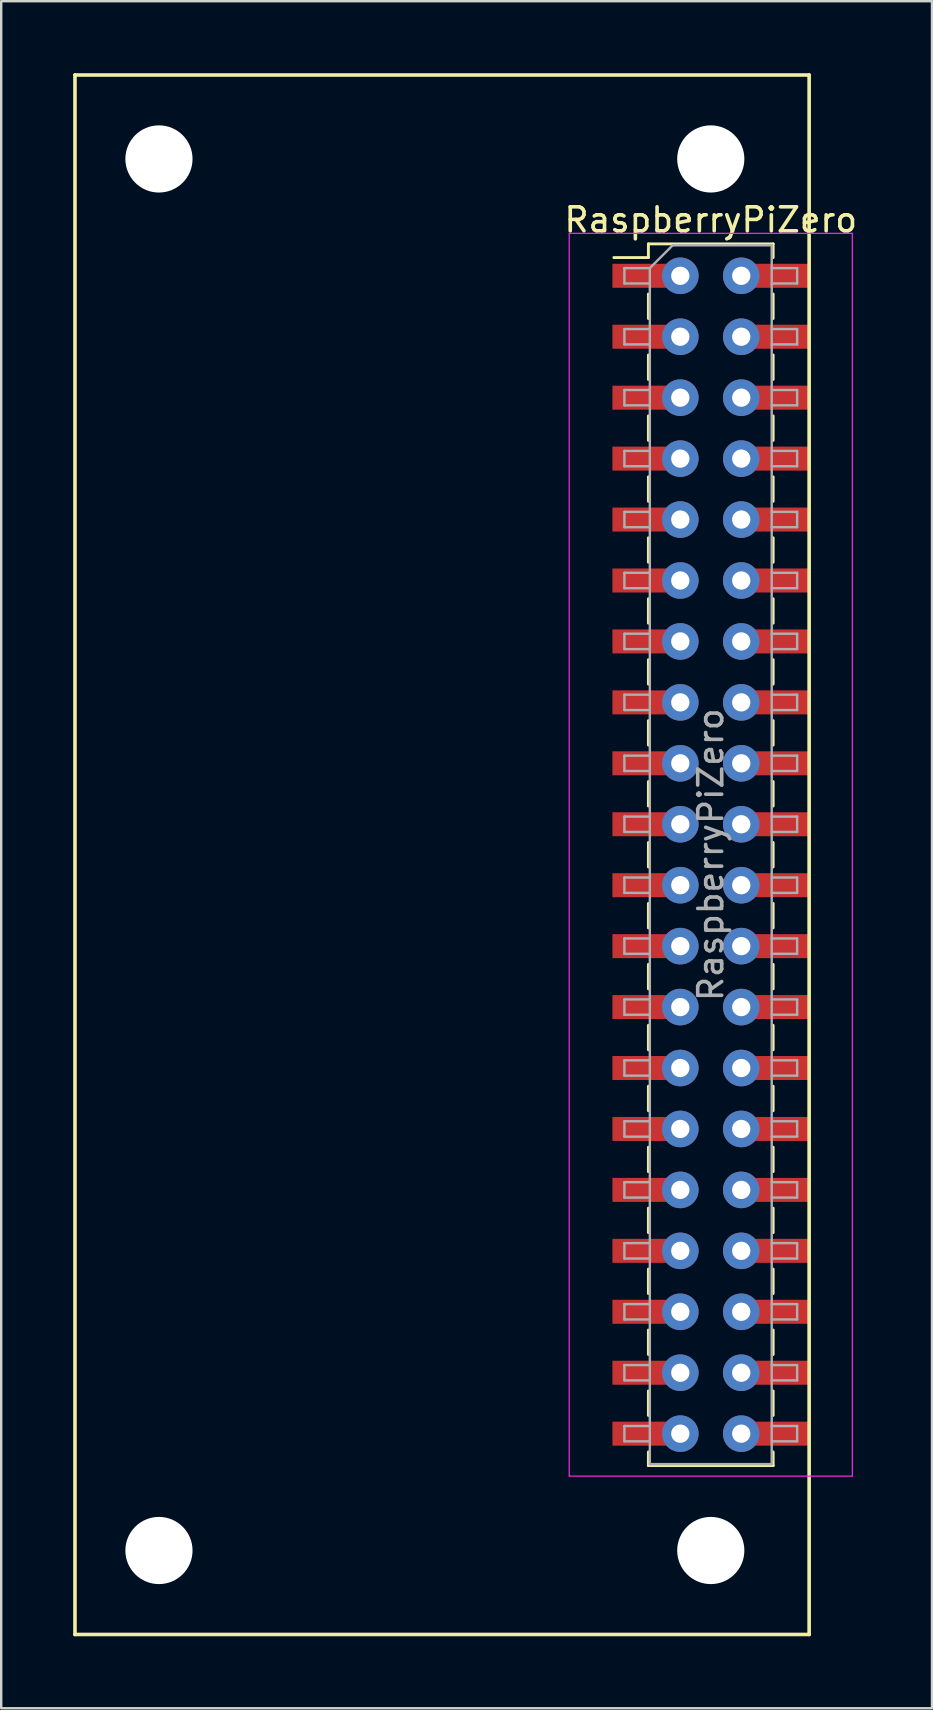
<source format=kicad_pcb>
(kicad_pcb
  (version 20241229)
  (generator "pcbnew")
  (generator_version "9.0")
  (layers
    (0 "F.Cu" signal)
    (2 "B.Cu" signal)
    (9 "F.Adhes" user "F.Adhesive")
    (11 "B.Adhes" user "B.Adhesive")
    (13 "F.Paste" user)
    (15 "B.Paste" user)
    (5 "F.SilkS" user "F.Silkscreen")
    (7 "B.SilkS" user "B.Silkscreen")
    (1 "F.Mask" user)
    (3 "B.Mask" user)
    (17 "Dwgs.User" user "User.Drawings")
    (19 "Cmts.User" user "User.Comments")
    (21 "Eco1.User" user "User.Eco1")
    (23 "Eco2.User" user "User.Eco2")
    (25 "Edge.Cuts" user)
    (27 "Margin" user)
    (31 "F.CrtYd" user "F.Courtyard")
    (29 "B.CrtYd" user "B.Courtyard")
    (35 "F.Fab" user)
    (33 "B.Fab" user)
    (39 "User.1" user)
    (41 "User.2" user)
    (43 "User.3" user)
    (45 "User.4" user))
  (footprint "RaspberryPiZero"
    (layer "F.Cu")
    (at 26.575 32.575)
    (property "Reference" "RaspberryPiZero" (at 0 -26.46 0) (layer "F.SilkS") (effects (font (size 1 1) (thickness 0.15))))
    (attr smd)
    (fp_line (start -26.5 -32.5) (end 4.1 -32.5) (stroke (width 0.15) (type solid)) (layer "F.SilkS"))
    (fp_line (start -26.5 32.5) (end -26.5 -32.5) (stroke (width 0.15) (type solid)) (layer "F.SilkS"))
    (fp_line (start -4.04 -24.89) (end -2.6 -24.89) (stroke (width 0.12) (type solid)) (layer "F.SilkS"))
    (fp_line (start -2.6 -25.46) (end -2.6 -24.89) (stroke (width 0.12) (type solid)) (layer "F.SilkS"))
    (fp_line (start -2.6 -25.46) (end 2.6 -25.46) (stroke (width 0.12) (type solid)) (layer "F.SilkS"))
    (fp_line (start -2.6 -23.37) (end -2.6 -22.35) (stroke (width 0.12) (type solid)) (layer "F.SilkS"))
    (fp_line (start -2.6 -20.83) (end -2.6 -19.81) (stroke (width 0.12) (type solid)) (layer "F.SilkS"))
    (fp_line (start -2.6 -18.29) (end -2.6 -17.27) (stroke (width 0.12) (type solid)) (layer "F.SilkS"))
    (fp_line (start -2.6 -15.75) (end -2.6 -14.73) (stroke (width 0.12) (type solid)) (layer "F.SilkS"))
    (fp_line (start -2.6 -13.21) (end -2.6 -12.19) (stroke (width 0.12) (type solid)) (layer "F.SilkS"))
    (fp_line (start -2.6 -10.67) (end -2.6 -9.65) (stroke (width 0.12) (type solid)) (layer "F.SilkS"))
    (fp_line (start -2.6 -8.13) (end -2.6 -7.11) (stroke (width 0.12) (type solid)) (layer "F.SilkS"))
    (fp_line (start -2.6 -5.59) (end -2.6 -4.57) (stroke (width 0.12) (type solid)) (layer "F.SilkS"))
    (fp_line (start -2.6 -3.05) (end -2.6 -2.03) (stroke (width 0.12) (type solid)) (layer "F.SilkS"))
    (fp_line (start -2.6 -0.51) (end -2.6 0.51) (stroke (width 0.12) (type solid)) (layer "F.SilkS"))
    (fp_line (start -2.6 2.03) (end -2.6 3.05) (stroke (width 0.12) (type solid)) (layer "F.SilkS"))
    (fp_line (start -2.6 4.57) (end -2.6 5.59) (stroke (width 0.12) (type solid)) (layer "F.SilkS"))
    (fp_line (start -2.6 7.11) (end -2.6 8.13) (stroke (width 0.12) (type solid)) (layer "F.SilkS"))
    (fp_line (start -2.6 9.65) (end -2.6 10.67) (stroke (width 0.12) (type solid)) (layer "F.SilkS"))
    (fp_line (start -2.6 12.19) (end -2.6 13.21) (stroke (width 0.12) (type solid)) (layer "F.SilkS"))
    (fp_line (start -2.6 14.73) (end -2.6 15.75) (stroke (width 0.12) (type solid)) (layer "F.SilkS"))
    (fp_line (start -2.6 17.27) (end -2.6 18.29) (stroke (width 0.12) (type solid)) (layer "F.SilkS"))
    (fp_line (start -2.6 19.81) (end -2.6 20.83) (stroke (width 0.12) (type solid)) (layer "F.SilkS"))
    (fp_line (start -2.6 22.35) (end -2.6 23.37) (stroke (width 0.12) (type solid)) (layer "F.SilkS"))
    (fp_line (start -2.6 24.89) (end -2.6 25.46) (stroke (width 0.12) (type solid)) (layer "F.SilkS"))
    (fp_line (start -2.6 25.46) (end 2.6 25.46) (stroke (width 0.12) (type solid)) (layer "F.SilkS"))
    (fp_line (start 2.6 -25.46) (end 2.6 -24.89) (stroke (width 0.12) (type solid)) (layer "F.SilkS"))
    (fp_line (start 2.6 -23.37) (end 2.6 -22.35) (stroke (width 0.12) (type solid)) (layer "F.SilkS"))
    (fp_line (start 2.6 -20.83) (end 2.6 -19.81) (stroke (width 0.12) (type solid)) (layer "F.SilkS"))
    (fp_line (start 2.6 -18.29) (end 2.6 -17.27) (stroke (width 0.12) (type solid)) (layer "F.SilkS"))
    (fp_line (start 2.6 -15.75) (end 2.6 -14.73) (stroke (width 0.12) (type solid)) (layer "F.SilkS"))
    (fp_line (start 2.6 -13.21) (end 2.6 -12.19) (stroke (width 0.12) (type solid)) (layer "F.SilkS"))
    (fp_line (start 2.6 -10.67) (end 2.6 -9.65) (stroke (width 0.12) (type solid)) (layer "F.SilkS"))
    (fp_line (start 2.6 -8.13) (end 2.6 -7.11) (stroke (width 0.12) (type solid)) (layer "F.SilkS"))
    (fp_line (start 2.6 -5.59) (end 2.6 -4.57) (stroke (width 0.12) (type solid)) (layer "F.SilkS"))
    (fp_line (start 2.6 -3.05) (end 2.6 -2.03) (stroke (width 0.12) (type solid)) (layer "F.SilkS"))
    (fp_line (start 2.6 -0.51) (end 2.6 0.51) (stroke (width 0.12) (type solid)) (layer "F.SilkS"))
    (fp_line (start 2.6 2.03) (end 2.6 3.05) (stroke (width 0.12) (type solid)) (layer "F.SilkS"))
    (fp_line (start 2.6 4.57) (end 2.6 5.59) (stroke (width 0.12) (type solid)) (layer "F.SilkS"))
    (fp_line (start 2.6 7.11) (end 2.6 8.13) (stroke (width 0.12) (type solid)) (layer "F.SilkS"))
    (fp_line (start 2.6 9.65) (end 2.6 10.67) (stroke (width 0.12) (type solid)) (layer "F.SilkS"))
    (fp_line (start 2.6 12.19) (end 2.6 13.21) (stroke (width 0.12) (type solid)) (layer "F.SilkS"))
    (fp_line (start 2.6 14.73) (end 2.6 15.75) (stroke (width 0.12) (type solid)) (layer "F.SilkS"))
    (fp_line (start 2.6 17.27) (end 2.6 18.29) (stroke (width 0.12) (type solid)) (layer "F.SilkS"))
    (fp_line (start 2.6 19.81) (end 2.6 20.83) (stroke (width 0.12) (type solid)) (layer "F.SilkS"))
    (fp_line (start 2.6 22.35) (end 2.6 23.37) (stroke (width 0.12) (type solid)) (layer "F.SilkS"))
    (fp_line (start 2.6 24.89) (end 2.6 25.46) (stroke (width 0.12) (type solid)) (layer "F.SilkS"))
    (fp_line (start 4.1 -32.5) (end 4.1 32.5) (stroke (width 0.15) (type solid)) (layer "F.SilkS"))
    (fp_line (start 4.1 32.5) (end -26.5 32.5) (stroke (width 0.15) (type solid)) (layer "F.SilkS"))
    (fp_line (start -5.9 -25.9) (end -5.9 25.9) (stroke (width 0.05) (type solid)) (layer "F.CrtYd"))
    (fp_line (start -5.9 25.9) (end 5.9 25.9) (stroke (width 0.05) (type solid)) (layer "F.CrtYd"))
    (fp_line (start 5.9 -25.9) (end -5.9 -25.9) (stroke (width 0.05) (type solid)) (layer "F.CrtYd"))
    (fp_line (start 5.9 25.9) (end 5.9 -25.9) (stroke (width 0.05) (type solid)) (layer "F.CrtYd"))
    (fp_line (start -3.6 -24.45) (end -3.6 -23.81) (stroke (width 0.1) (type solid)) (layer "F.Fab"))
    (fp_line (start -3.6 -23.81) (end -2.54 -23.81) (stroke (width 0.1) (type solid)) (layer "F.Fab"))
    (fp_line (start -3.6 -21.91) (end -3.6 -21.27) (stroke (width 0.1) (type solid)) (layer "F.Fab"))
    (fp_line (start -3.6 -21.27) (end -2.54 -21.27) (stroke (width 0.1) (type solid)) (layer "F.Fab"))
    (fp_line (start -3.6 -19.37) (end -3.6 -18.73) (stroke (width 0.1) (type solid)) (layer "F.Fab"))
    (fp_line (start -3.6 -18.73) (end -2.54 -18.73) (stroke (width 0.1) (type solid)) (layer "F.Fab"))
    (fp_line (start -3.6 -16.83) (end -3.6 -16.19) (stroke (width 0.1) (type solid)) (layer "F.Fab"))
    (fp_line (start -3.6 -16.19) (end -2.54 -16.19) (stroke (width 0.1) (type solid)) (layer "F.Fab"))
    (fp_line (start -3.6 -14.29) (end -3.6 -13.65) (stroke (width 0.1) (type solid)) (layer "F.Fab"))
    (fp_line (start -3.6 -13.65) (end -2.54 -13.65) (stroke (width 0.1) (type solid)) (layer "F.Fab"))
    (fp_line (start -3.6 -11.75) (end -3.6 -11.11) (stroke (width 0.1) (type solid)) (layer "F.Fab"))
    (fp_line (start -3.6 -11.11) (end -2.54 -11.11) (stroke (width 0.1) (type solid)) (layer "F.Fab"))
    (fp_line (start -3.6 -9.21) (end -3.6 -8.57) (stroke (width 0.1) (type solid)) (layer "F.Fab"))
    (fp_line (start -3.6 -8.57) (end -2.54 -8.57) (stroke (width 0.1) (type solid)) (layer "F.Fab"))
    (fp_line (start -3.6 -6.67) (end -3.6 -6.03) (stroke (width 0.1) (type solid)) (layer "F.Fab"))
    (fp_line (start -3.6 -6.03) (end -2.54 -6.03) (stroke (width 0.1) (type solid)) (layer "F.Fab"))
    (fp_line (start -3.6 -4.13) (end -3.6 -3.49) (stroke (width 0.1) (type solid)) (layer "F.Fab"))
    (fp_line (start -3.6 -3.49) (end -2.54 -3.49) (stroke (width 0.1) (type solid)) (layer "F.Fab"))
    (fp_line (start -3.6 -1.59) (end -3.6 -0.95) (stroke (width 0.1) (type solid)) (layer "F.Fab"))
    (fp_line (start -3.6 -0.95) (end -2.54 -0.95) (stroke (width 0.1) (type solid)) (layer "F.Fab"))
    (fp_line (start -3.6 0.95) (end -3.6 1.59) (stroke (width 0.1) (type solid)) (layer "F.Fab"))
    (fp_line (start -3.6 1.59) (end -2.54 1.59) (stroke (width 0.1) (type solid)) (layer "F.Fab"))
    (fp_line (start -3.6 3.49) (end -3.6 4.13) (stroke (width 0.1) (type solid)) (layer "F.Fab"))
    (fp_line (start -3.6 4.13) (end -2.54 4.13) (stroke (width 0.1) (type solid)) (layer "F.Fab"))
    (fp_line (start -3.6 6.03) (end -3.6 6.67) (stroke (width 0.1) (type solid)) (layer "F.Fab"))
    (fp_line (start -3.6 6.67) (end -2.54 6.67) (stroke (width 0.1) (type solid)) (layer "F.Fab"))
    (fp_line (start -3.6 8.57) (end -3.6 9.21) (stroke (width 0.1) (type solid)) (layer "F.Fab"))
    (fp_line (start -3.6 9.21) (end -2.54 9.21) (stroke (width 0.1) (type solid)) (layer "F.Fab"))
    (fp_line (start -3.6 11.11) (end -3.6 11.75) (stroke (width 0.1) (type solid)) (layer "F.Fab"))
    (fp_line (start -3.6 11.75) (end -2.54 11.75) (stroke (width 0.1) (type solid)) (layer "F.Fab"))
    (fp_line (start -3.6 13.65) (end -3.6 14.29) (stroke (width 0.1) (type solid)) (layer "F.Fab"))
    (fp_line (start -3.6 14.29) (end -2.54 14.29) (stroke (width 0.1) (type solid)) (layer "F.Fab"))
    (fp_line (start -3.6 16.19) (end -3.6 16.83) (stroke (width 0.1) (type solid)) (layer "F.Fab"))
    (fp_line (start -3.6 16.83) (end -2.54 16.83) (stroke (width 0.1) (type solid)) (layer "F.Fab"))
    (fp_line (start -3.6 18.73) (end -3.6 19.37) (stroke (width 0.1) (type solid)) (layer "F.Fab"))
    (fp_line (start -3.6 19.37) (end -2.54 19.37) (stroke (width 0.1) (type solid)) (layer "F.Fab"))
    (fp_line (start -3.6 21.27) (end -3.6 21.91) (stroke (width 0.1) (type solid)) (layer "F.Fab"))
    (fp_line (start -3.6 21.91) (end -2.54 21.91) (stroke (width 0.1) (type solid)) (layer "F.Fab"))
    (fp_line (start -3.6 23.81) (end -3.6 24.45) (stroke (width 0.1) (type solid)) (layer "F.Fab"))
    (fp_line (start -3.6 24.45) (end -2.54 24.45) (stroke (width 0.1) (type solid)) (layer "F.Fab"))
    (fp_line (start -2.54 -24.45) (end -3.6 -24.45) (stroke (width 0.1) (type solid)) (layer "F.Fab"))
    (fp_line (start -2.54 -24.45) (end -1.59 -25.4) (stroke (width 0.1) (type solid)) (layer "F.Fab"))
    (fp_line (start -2.54 -21.91) (end -3.6 -21.91) (stroke (width 0.1) (type solid)) (layer "F.Fab"))
    (fp_line (start -2.54 -19.37) (end -3.6 -19.37) (stroke (width 0.1) (type solid)) (layer "F.Fab"))
    (fp_line (start -2.54 -16.83) (end -3.6 -16.83) (stroke (width 0.1) (type solid)) (layer "F.Fab"))
    (fp_line (start -2.54 -14.29) (end -3.6 -14.29) (stroke (width 0.1) (type solid)) (layer "F.Fab"))
    (fp_line (start -2.54 -11.75) (end -3.6 -11.75) (stroke (width 0.1) (type solid)) (layer "F.Fab"))
    (fp_line (start -2.54 -9.21) (end -3.6 -9.21) (stroke (width 0.1) (type solid)) (layer "F.Fab"))
    (fp_line (start -2.54 -6.67) (end -3.6 -6.67) (stroke (width 0.1) (type solid)) (layer "F.Fab"))
    (fp_line (start -2.54 -4.13) (end -3.6 -4.13) (stroke (width 0.1) (type solid)) (layer "F.Fab"))
    (fp_line (start -2.54 -1.59) (end -3.6 -1.59) (stroke (width 0.1) (type solid)) (layer "F.Fab"))
    (fp_line (start -2.54 0.95) (end -3.6 0.95) (stroke (width 0.1) (type solid)) (layer "F.Fab"))
    (fp_line (start -2.54 3.49) (end -3.6 3.49) (stroke (width 0.1) (type solid)) (layer "F.Fab"))
    (fp_line (start -2.54 6.03) (end -3.6 6.03) (stroke (width 0.1) (type solid)) (layer "F.Fab"))
    (fp_line (start -2.54 8.57) (end -3.6 8.57) (stroke (width 0.1) (type solid)) (layer "F.Fab"))
    (fp_line (start -2.54 11.11) (end -3.6 11.11) (stroke (width 0.1) (type solid)) (layer "F.Fab"))
    (fp_line (start -2.54 13.65) (end -3.6 13.65) (stroke (width 0.1) (type solid)) (layer "F.Fab"))
    (fp_line (start -2.54 16.19) (end -3.6 16.19) (stroke (width 0.1) (type solid)) (layer "F.Fab"))
    (fp_line (start -2.54 18.73) (end -3.6 18.73) (stroke (width 0.1) (type solid)) (layer "F.Fab"))
    (fp_line (start -2.54 21.27) (end -3.6 21.27) (stroke (width 0.1) (type solid)) (layer "F.Fab"))
    (fp_line (start -2.54 23.81) (end -3.6 23.81) (stroke (width 0.1) (type solid)) (layer "F.Fab"))
    (fp_line (start -2.54 25.4) (end -2.54 -24.45) (stroke (width 0.1) (type solid)) (layer "F.Fab"))
    (fp_line (start -1.59 -25.4) (end 2.54 -25.4) (stroke (width 0.1) (type solid)) (layer "F.Fab"))
    (fp_line (start 2.54 -25.4) (end 2.54 25.4) (stroke (width 0.1) (type solid)) (layer "F.Fab"))
    (fp_line (start 2.54 -24.45) (end 3.6 -24.45) (stroke (width 0.1) (type solid)) (layer "F.Fab"))
    (fp_line (start 2.54 -21.91) (end 3.6 -21.91) (stroke (width 0.1) (type solid)) (layer "F.Fab"))
    (fp_line (start 2.54 -19.37) (end 3.6 -19.37) (stroke (width 0.1) (type solid)) (layer "F.Fab"))
    (fp_line (start 2.54 -16.83) (end 3.6 -16.83) (stroke (width 0.1) (type solid)) (layer "F.Fab"))
    (fp_line (start 2.54 -14.29) (end 3.6 -14.29) (stroke (width 0.1) (type solid)) (layer "F.Fab"))
    (fp_line (start 2.54 -11.75) (end 3.6 -11.75) (stroke (width 0.1) (type solid)) (layer "F.Fab"))
    (fp_line (start 2.54 -9.21) (end 3.6 -9.21) (stroke (width 0.1) (type solid)) (layer "F.Fab"))
    (fp_line (start 2.54 -6.67) (end 3.6 -6.67) (stroke (width 0.1) (type solid)) (layer "F.Fab"))
    (fp_line (start 2.54 -4.13) (end 3.6 -4.13) (stroke (width 0.1) (type solid)) (layer "F.Fab"))
    (fp_line (start 2.54 -1.59) (end 3.6 -1.59) (stroke (width 0.1) (type solid)) (layer "F.Fab"))
    (fp_line (start 2.54 0.95) (end 3.6 0.95) (stroke (width 0.1) (type solid)) (layer "F.Fab"))
    (fp_line (start 2.54 3.49) (end 3.6 3.49) (stroke (width 0.1) (type solid)) (layer "F.Fab"))
    (fp_line (start 2.54 6.03) (end 3.6 6.03) (stroke (width 0.1) (type solid)) (layer "F.Fab"))
    (fp_line (start 2.54 8.57) (end 3.6 8.57) (stroke (width 0.1) (type solid)) (layer "F.Fab"))
    (fp_line (start 2.54 11.11) (end 3.6 11.11) (stroke (width 0.1) (type solid)) (layer "F.Fab"))
    (fp_line (start 2.54 13.65) (end 3.6 13.65) (stroke (width 0.1) (type solid)) (layer "F.Fab"))
    (fp_line (start 2.54 16.19) (end 3.6 16.19) (stroke (width 0.1) (type solid)) (layer "F.Fab"))
    (fp_line (start 2.54 18.73) (end 3.6 18.73) (stroke (width 0.1) (type solid)) (layer "F.Fab"))
    (fp_line (start 2.54 21.27) (end 3.6 21.27) (stroke (width 0.1) (type solid)) (layer "F.Fab"))
    (fp_line (start 2.54 23.81) (end 3.6 23.81) (stroke (width 0.1) (type solid)) (layer "F.Fab"))
    (fp_line (start 2.54 25.4) (end -2.54 25.4) (stroke (width 0.1) (type solid)) (layer "F.Fab"))
    (fp_line (start 3.6 -24.45) (end 3.6 -23.81) (stroke (width 0.1) (type solid)) (layer "F.Fab"))
    (fp_line (start 3.6 -23.81) (end 2.54 -23.81) (stroke (width 0.1) (type solid)) (layer "F.Fab"))
    (fp_line (start 3.6 -21.91) (end 3.6 -21.27) (stroke (width 0.1) (type solid)) (layer "F.Fab"))
    (fp_line (start 3.6 -21.27) (end 2.54 -21.27) (stroke (width 0.1) (type solid)) (layer "F.Fab"))
    (fp_line (start 3.6 -19.37) (end 3.6 -18.73) (stroke (width 0.1) (type solid)) (layer "F.Fab"))
    (fp_line (start 3.6 -18.73) (end 2.54 -18.73) (stroke (width 0.1) (type solid)) (layer "F.Fab"))
    (fp_line (start 3.6 -16.83) (end 3.6 -16.19) (stroke (width 0.1) (type solid)) (layer "F.Fab"))
    (fp_line (start 3.6 -16.19) (end 2.54 -16.19) (stroke (width 0.1) (type solid)) (layer "F.Fab"))
    (fp_line (start 3.6 -14.29) (end 3.6 -13.65) (stroke (width 0.1) (type solid)) (layer "F.Fab"))
    (fp_line (start 3.6 -13.65) (end 2.54 -13.65) (stroke (width 0.1) (type solid)) (layer "F.Fab"))
    (fp_line (start 3.6 -11.75) (end 3.6 -11.11) (stroke (width 0.1) (type solid)) (layer "F.Fab"))
    (fp_line (start 3.6 -11.11) (end 2.54 -11.11) (stroke (width 0.1) (type solid)) (layer "F.Fab"))
    (fp_line (start 3.6 -9.21) (end 3.6 -8.57) (stroke (width 0.1) (type solid)) (layer "F.Fab"))
    (fp_line (start 3.6 -8.57) (end 2.54 -8.57) (stroke (width 0.1) (type solid)) (layer "F.Fab"))
    (fp_line (start 3.6 -6.67) (end 3.6 -6.03) (stroke (width 0.1) (type solid)) (layer "F.Fab"))
    (fp_line (start 3.6 -6.03) (end 2.54 -6.03) (stroke (width 0.1) (type solid)) (layer "F.Fab"))
    (fp_line (start 3.6 -4.13) (end 3.6 -3.49) (stroke (width 0.1) (type solid)) (layer "F.Fab"))
    (fp_line (start 3.6 -3.49) (end 2.54 -3.49) (stroke (width 0.1) (type solid)) (layer "F.Fab"))
    (fp_line (start 3.6 -1.59) (end 3.6 -0.95) (stroke (width 0.1) (type solid)) (layer "F.Fab"))
    (fp_line (start 3.6 -0.95) (end 2.54 -0.95) (stroke (width 0.1) (type solid)) (layer "F.Fab"))
    (fp_line (start 3.6 0.95) (end 3.6 1.59) (stroke (width 0.1) (type solid)) (layer "F.Fab"))
    (fp_line (start 3.6 1.59) (end 2.54 1.59) (stroke (width 0.1) (type solid)) (layer "F.Fab"))
    (fp_line (start 3.6 3.49) (end 3.6 4.13) (stroke (width 0.1) (type solid)) (layer "F.Fab"))
    (fp_line (start 3.6 4.13) (end 2.54 4.13) (stroke (width 0.1) (type solid)) (layer "F.Fab"))
    (fp_line (start 3.6 6.03) (end 3.6 6.67) (stroke (width 0.1) (type solid)) (layer "F.Fab"))
    (fp_line (start 3.6 6.67) (end 2.54 6.67) (stroke (width 0.1) (type solid)) (layer "F.Fab"))
    (fp_line (start 3.6 8.57) (end 3.6 9.21) (stroke (width 0.1) (type solid)) (layer "F.Fab"))
    (fp_line (start 3.6 9.21) (end 2.54 9.21) (stroke (width 0.1) (type solid)) (layer "F.Fab"))
    (fp_line (start 3.6 11.11) (end 3.6 11.75) (stroke (width 0.1) (type solid)) (layer "F.Fab"))
    (fp_line (start 3.6 11.75) (end 2.54 11.75) (stroke (width 0.1) (type solid)) (layer "F.Fab"))
    (fp_line (start 3.6 13.65) (end 3.6 14.29) (stroke (width 0.1) (type solid)) (layer "F.Fab"))
    (fp_line (start 3.6 14.29) (end 2.54 14.29) (stroke (width 0.1) (type solid)) (layer "F.Fab"))
    (fp_line (start 3.6 16.19) (end 3.6 16.83) (stroke (width 0.1) (type solid)) (layer "F.Fab"))
    (fp_line (start 3.6 16.83) (end 2.54 16.83) (stroke (width 0.1) (type solid)) (layer "F.Fab"))
    (fp_line (start 3.6 18.73) (end 3.6 19.37) (stroke (width 0.1) (type solid)) (layer "F.Fab"))
    (fp_line (start 3.6 19.37) (end 2.54 19.37) (stroke (width 0.1) (type solid)) (layer "F.Fab"))
    (fp_line (start 3.6 21.27) (end 3.6 21.91) (stroke (width 0.1) (type solid)) (layer "F.Fab"))
    (fp_line (start 3.6 21.91) (end 2.54 21.91) (stroke (width 0.1) (type solid)) (layer "F.Fab"))
    (fp_line (start 3.6 23.81) (end 3.6 24.45) (stroke (width 0.1) (type solid)) (layer "F.Fab"))
    (fp_line (start 3.6 24.45) (end 2.54 24.45) (stroke (width 0.1) (type solid)) (layer "F.Fab"))
    (fp_text user "${REFERENCE}" (at 0 0 270) (layer "F.Fab") (effects (font (size 1 1) (thickness 0.15))))
    (pad "" np_thru_hole circle (at -23 -29) (size 2.8 2.8) (drill 2.8) (layers "*.Cu" "*.Mask"))
    (pad "" np_thru_hole circle (at -23 29) (size 2.8 2.8) (drill 2.8) (layers "*.Cu" "*.Mask"))
    (pad "" np_thru_hole circle (at -1.27 -24.13) (size 1.524 1.524) (drill 0.762) (layers "*.Cu" "*.Mask"))
    (pad "" np_thru_hole circle (at -1.27 -21.59) (size 1.524 1.524) (drill 0.762) (layers "*.Cu" "*.Mask"))
    (pad "" np_thru_hole circle (at -1.27 -19.05) (size 1.524 1.524) (drill 0.762) (layers "*.Cu" "*.Mask"))
    (pad "" np_thru_hole circle (at -1.27 -16.51) (size 1.524 1.524) (drill 0.762) (layers "*.Cu" "*.Mask"))
    (pad "" np_thru_hole circle (at -1.27 -13.97) (size 1.524 1.524) (drill 0.762) (layers "*.Cu" "*.Mask"))
    (pad "" np_thru_hole circle (at -1.27 -11.43) (size 1.524 1.524) (drill 0.762) (layers "*.Cu" "*.Mask"))
    (pad "" np_thru_hole circle (at -1.27 -8.89) (size 1.524 1.524) (drill 0.762) (layers "*.Cu" "*.Mask"))
    (pad "" np_thru_hole circle (at -1.27 -6.35) (size 1.524 1.524) (drill 0.762) (layers "*.Cu" "*.Mask"))
    (pad "" np_thru_hole circle (at -1.27 -3.81) (size 1.524 1.524) (drill 0.762) (layers "*.Cu" "*.Mask"))
    (pad "" np_thru_hole circle (at -1.27 -1.27) (size 1.524 1.524) (drill 0.762) (layers "*.Cu" "*.Mask"))
    (pad "" np_thru_hole circle (at -1.27 1.27) (size 1.524 1.524) (drill 0.762) (layers "*.Cu" "*.Mask"))
    (pad "" np_thru_hole circle (at -1.27 3.81) (size 1.524 1.524) (drill 0.762) (layers "*.Cu" "*.Mask"))
    (pad "" np_thru_hole circle (at -1.27 6.35) (size 1.524 1.524) (drill 0.762) (layers "*.Cu" "*.Mask"))
    (pad "" np_thru_hole circle (at -1.27 8.89) (size 1.524 1.524) (drill 0.762) (layers "*.Cu" "*.Mask"))
    (pad "" np_thru_hole circle (at -1.27 11.43) (size 1.524 1.524) (drill 0.762) (layers "*.Cu" "*.Mask"))
    (pad "" np_thru_hole circle (at -1.27 13.97) (size 1.524 1.524) (drill 0.762) (layers "*.Cu" "*.Mask"))
    (pad "" np_thru_hole circle (at -1.27 16.51) (size 1.524 1.524) (drill 0.762) (layers "*.Cu" "*.Mask"))
    (pad "" np_thru_hole circle (at -1.27 19.05) (size 1.524 1.524) (drill 0.762) (layers "*.Cu" "*.Mask"))
    (pad "" np_thru_hole circle (at -1.27 21.59) (size 1.524 1.524) (drill 0.762) (layers "*.Cu" "*.Mask"))
    (pad "" np_thru_hole circle (at -1.27 24.13) (size 1.524 1.524) (drill 0.762) (layers "*.Cu" "*.Mask"))
    (pad "" np_thru_hole circle (at 0 -29) (size 2.8 2.8) (drill 2.8) (layers "*.Cu" "*.Mask"))
    (pad "" np_thru_hole circle (at 0 29) (size 2.8 2.8) (drill 2.8) (layers "*.Cu" "*.Mask"))
    (pad "" np_thru_hole circle (at 1.27 -24.13) (size 1.524 1.524) (drill 0.762) (layers "*.Cu" "*.Mask"))
    (pad "" np_thru_hole circle (at 1.27 -21.59) (size 1.524 1.524) (drill 0.762) (layers "*.Cu" "*.Mask"))
    (pad "" np_thru_hole circle (at 1.27 -19.05) (size 1.524 1.524) (drill 0.762) (layers "*.Cu" "*.Mask"))
    (pad "" np_thru_hole circle (at 1.27 -16.51) (size 1.524 1.524) (drill 0.762) (layers "*.Cu" "*.Mask"))
    (pad "" np_thru_hole circle (at 1.27 -13.97) (size 1.524 1.524) (drill 0.762) (layers "*.Cu" "*.Mask"))
    (pad "" np_thru_hole circle (at 1.27 -11.43) (size 1.524 1.524) (drill 0.762) (layers "*.Cu" "*.Mask"))
    (pad "" np_thru_hole circle (at 1.27 -8.89) (size 1.524 1.524) (drill 0.762) (layers "*.Cu" "*.Mask"))
    (pad "" np_thru_hole circle (at 1.27 -6.35) (size 1.524 1.524) (drill 0.762) (layers "*.Cu" "*.Mask"))
    (pad "" np_thru_hole circle (at 1.27 -3.81) (size 1.524 1.524) (drill 0.762) (layers "*.Cu" "*.Mask"))
    (pad "" np_thru_hole circle (at 1.27 -1.27) (size 1.524 1.524) (drill 0.762) (layers "*.Cu" "*.Mask"))
    (pad "" np_thru_hole circle (at 1.27 1.27) (size 1.524 1.524) (drill 0.762) (layers "*.Cu" "*.Mask"))
    (pad "" np_thru_hole circle (at 1.27 3.81) (size 1.524 1.524) (drill 0.762) (layers "*.Cu" "*.Mask"))
    (pad "" np_thru_hole circle (at 1.27 6.35) (size 1.524 1.524) (drill 0.762) (layers "*.Cu" "*.Mask"))
    (pad "" np_thru_hole circle (at 1.27 8.89) (size 1.524 1.524) (drill 0.762) (layers "*.Cu" "*.Mask"))
    (pad "" np_thru_hole circle (at 1.27 11.43) (size 1.524 1.524) (drill 0.762) (layers "*.Cu" "*.Mask"))
    (pad "" np_thru_hole circle (at 1.27 13.97) (size 1.524 1.524) (drill 0.762) (layers "*.Cu" "*.Mask"))
    (pad "" np_thru_hole circle (at 1.27 16.51) (size 1.524 1.524) (drill 0.762) (layers "*.Cu" "*.Mask"))
    (pad "" np_thru_hole circle (at 1.27 19.05) (size 1.524 1.524) (drill 0.762) (layers "*.Cu" "*.Mask"))
    (pad "" np_thru_hole circle (at 1.27 21.59) (size 1.524 1.524) (drill 0.762) (layers "*.Cu" "*.Mask"))
    (pad "" np_thru_hole circle (at 1.27 24.13) (size 1.524 1.524) (drill 0.762) (layers "*.Cu" "*.Mask"))
    (pad "1" smd rect (at -2.525 -24.13) (size 3.15 1) (layers "F.Cu" "F.Mask" "F.Paste"))
    (pad "2" smd rect (at 2.525 -24.13) (size 3.15 1) (layers "F.Cu" "F.Mask" "F.Paste"))
    (pad "3" smd rect (at -2.525 -21.59) (size 3.15 1) (layers "F.Cu" "F.Mask" "F.Paste"))
    (pad "4" smd rect (at 2.525 -21.59) (size 3.15 1) (layers "F.Cu" "F.Mask" "F.Paste"))
    (pad "5" smd rect (at -2.525 -19.05) (size 3.15 1) (layers "F.Cu" "F.Mask" "F.Paste"))
    (pad "6" smd rect (at 2.525 -19.05) (size 3.15 1) (layers "F.Cu" "F.Mask" "F.Paste"))
    (pad "7" smd rect (at -2.525 -16.51) (size 3.15 1) (layers "F.Cu" "F.Mask" "F.Paste"))
    (pad "8" smd rect (at 2.525 -16.51) (size 3.15 1) (layers "F.Cu" "F.Mask" "F.Paste"))
    (pad "9" smd rect (at -2.525 -13.97) (size 3.15 1) (layers "F.Cu" "F.Mask" "F.Paste"))
    (pad "10" smd rect (at 2.525 -13.97) (size 3.15 1) (layers "F.Cu" "F.Mask" "F.Paste"))
    (pad "11" smd rect (at -2.525 -11.43) (size 3.15 1) (layers "F.Cu" "F.Mask" "F.Paste"))
    (pad "12" smd rect (at 2.525 -11.43) (size 3.15 1) (layers "F.Cu" "F.Mask" "F.Paste"))
    (pad "13" smd rect (at -2.525 -8.89) (size 3.15 1) (layers "F.Cu" "F.Mask" "F.Paste"))
    (pad "14" smd rect (at 2.525 -8.89) (size 3.15 1) (layers "F.Cu" "F.Mask" "F.Paste"))
    (pad "15" smd rect (at -2.525 -6.35) (size 3.15 1) (layers "F.Cu" "F.Mask" "F.Paste"))
    (pad "16" smd rect (at 2.525 -6.35) (size 3.15 1) (layers "F.Cu" "F.Mask" "F.Paste"))
    (pad "17" smd rect (at -2.525 -3.81) (size 3.15 1) (layers "F.Cu" "F.Mask" "F.Paste"))
    (pad "18" smd rect (at 2.525 -3.81) (size 3.15 1) (layers "F.Cu" "F.Mask" "F.Paste"))
    (pad "19" smd rect (at -2.525 -1.27) (size 3.15 1) (layers "F.Cu" "F.Mask" "F.Paste"))
    (pad "20" smd rect (at 2.525 -1.27) (size 3.15 1) (layers "F.Cu" "F.Mask" "F.Paste"))
    (pad "21" smd rect (at -2.525 1.27) (size 3.15 1) (layers "F.Cu" "F.Mask" "F.Paste"))
    (pad "22" smd rect (at 2.525 1.27) (size 3.15 1) (layers "F.Cu" "F.Mask" "F.Paste"))
    (pad "23" smd rect (at -2.525 3.81) (size 3.15 1) (layers "F.Cu" "F.Mask" "F.Paste"))
    (pad "24" smd rect (at 2.525 3.81) (size 3.15 1) (layers "F.Cu" "F.Mask" "F.Paste"))
    (pad "25" smd rect (at -2.525 6.35) (size 3.15 1) (layers "F.Cu" "F.Mask" "F.Paste"))
    (pad "26" smd rect (at 2.525 6.35) (size 3.15 1) (layers "F.Cu" "F.Mask" "F.Paste"))
    (pad "27" smd rect (at -2.525 8.89) (size 3.15 1) (layers "F.Cu" "F.Mask" "F.Paste"))
    (pad "28" smd rect (at 2.525 8.89) (size 3.15 1) (layers "F.Cu" "F.Mask" "F.Paste"))
    (pad "29" smd rect (at -2.525 11.43) (size 3.15 1) (layers "F.Cu" "F.Mask" "F.Paste"))
    (pad "30" smd rect (at 2.525 11.43) (size 3.15 1) (layers "F.Cu" "F.Mask" "F.Paste"))
    (pad "31" smd rect (at -2.525 13.97) (size 3.15 1) (layers "F.Cu" "F.Mask" "F.Paste"))
    (pad "32" smd rect (at 2.525 13.97) (size 3.15 1) (layers "F.Cu" "F.Mask" "F.Paste"))
    (pad "33" smd rect (at -2.525 16.51) (size 3.15 1) (layers "F.Cu" "F.Mask" "F.Paste"))
    (pad "34" smd rect (at 2.525 16.51) (size 3.15 1) (layers "F.Cu" "F.Mask" "F.Paste"))
    (pad "35" smd rect (at -2.525 19.05) (size 3.15 1) (layers "F.Cu" "F.Mask" "F.Paste"))
    (pad "36" smd rect (at 2.525 19.05) (size 3.15 1) (layers "F.Cu" "F.Mask" "F.Paste"))
    (pad "37" smd rect (at -2.525 21.59) (size 3.15 1) (layers "F.Cu" "F.Mask" "F.Paste"))
    (pad "38" smd rect (at 2.525 21.59) (size 3.15 1) (layers "F.Cu" "F.Mask" "F.Paste"))
    (pad "39" smd rect (at -2.525 24.13) (size 3.15 1) (layers "F.Cu" "F.Mask" "F.Paste"))
    (pad "40" smd rect (at 2.525 24.13) (size 3.15 1) (layers "F.Cu" "F.Mask" "F.Paste")))
  (gr_rect
    (start -3 -3)
    (end 35.795 68.15)
    (stroke (width 0.1) (type default))
    (fill no)
    (layer "Edge.Cuts")))
</source>
